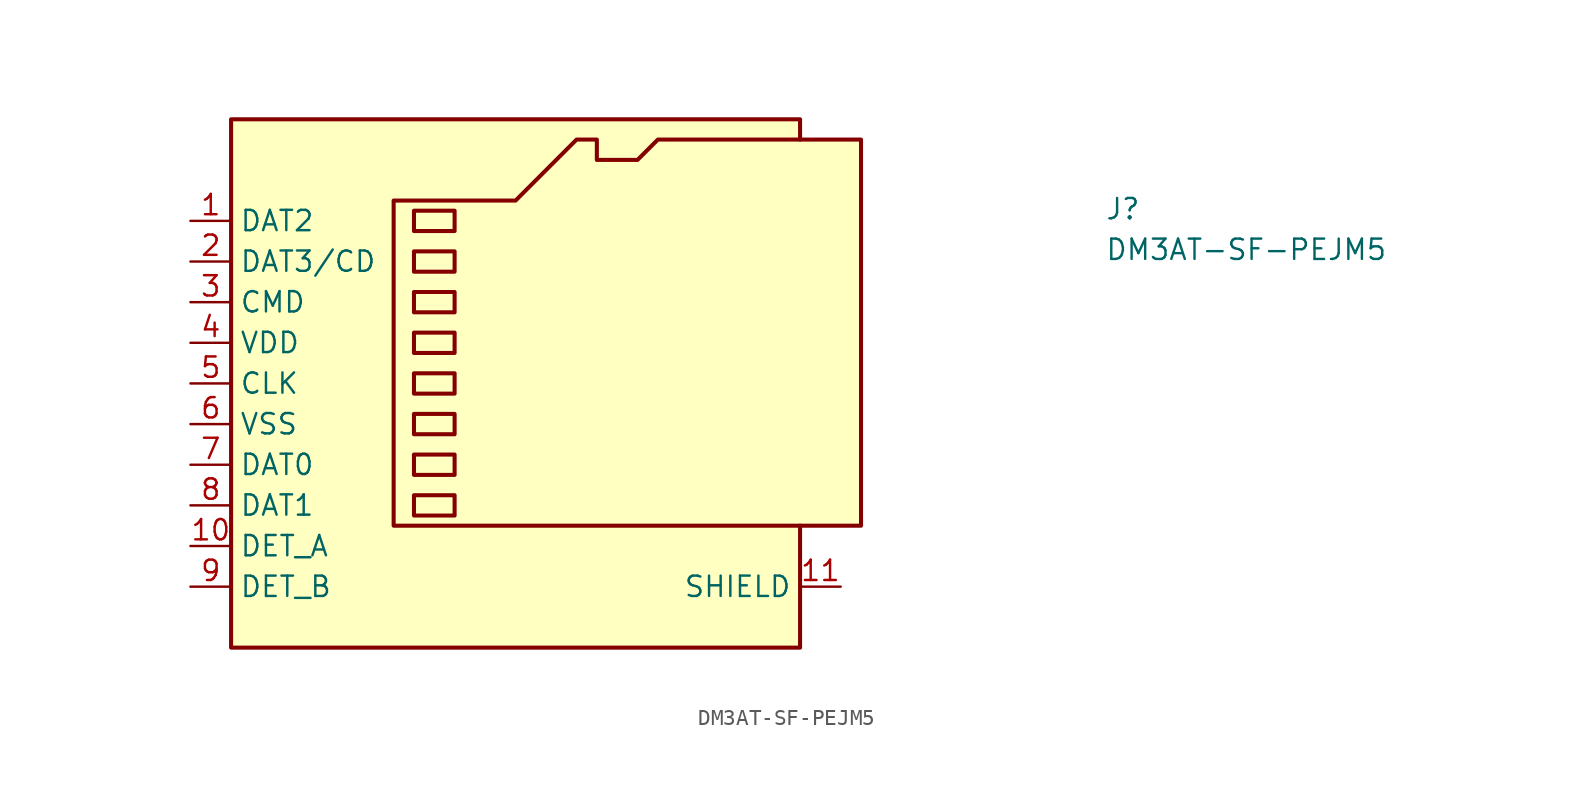
<source format=kicad_sym>
(kicad_symbol_lib
  (version 20211014)
  (generator kicad_symbol_editor)
  (symbol "DM3AT-SF-PEJM5"
    (property "Reference" "J"
      (at 57.15 0 0)
      (effects (font (size 1.27 1.27) (thickness 0.15)) (justify left bottom)))
    (property "Value" "DM3AT-SF-PEJM5"
      (at 57.15 -2.54 0)
      (effects (font (size 1.27 1.27) (thickness 0.15)) (justify left bottom)))
    (symbol "DM3AT-SF-PEJM5_1_1"
      (polyline (pts (xy 38.1 5.08) (xy 38.1 6.35) (xy 2.54 6.35) (xy 2.54 -26.67) (xy 38.1 -26.67) (xy 38.1 -19.05)) (stroke (width 0.254) (type default) (color 0 0 0 0)) (fill (type background)))
      (polyline (pts (xy 12.7 -19.05) (xy 12.7 1.27) (xy 20.32 1.27) (xy 24.13 5.08) (xy 25.4 5.08) (xy 25.4 3.81) (xy 27.94 3.81) (xy 29.21 5.08) (xy 41.91 5.08) (xy 41.91 -19.05) (xy 12.7 -19.05)) (stroke (width 0.254) (type default) (color 0 0 0 0)) (fill (type background)))
      (rectangle (start 13.97 -17.145) (end 16.51 -18.415) (stroke (width 0.254) (type default) (color 0 0 0 0)) (fill (type background)))
      (rectangle (start 13.97 -14.605) (end 16.51 -15.875) (stroke (width 0.254) (type default) (color 0 0 0 0)) (fill (type background)))
      (rectangle (start 13.97 -12.065) (end 16.51 -13.335) (stroke (width 0.254) (type default) (color 0 0 0 0)) (fill (type background)))
      (rectangle (start 13.97 -9.525) (end 16.51 -10.795) (stroke (width 0.254) (type default) (color 0 0 0 0)) (fill (type background)))
      (rectangle (start 13.97 -6.985) (end 16.51 -8.255) (stroke (width 0.254) (type default) (color 0 0 0 0)) (fill (type background)))
      (rectangle (start 13.97 -4.445) (end 16.51 -5.715) (stroke (width 0.254) (type default) (color 0 0 0 0)) (fill (type background)))
      (rectangle (start 13.97 -1.905) (end 16.51 -3.175) (stroke (width 0.254) (type default) (color 0 0 0 0)) (fill (type background)))
      (rectangle (start 13.97 0.635) (end 16.51 -0.635) (stroke (width 0.254) (type default) (color 0 0 0 0)) (fill (type background)))
      (pin bidirectional line (at 0 0 0) (length 2.54) (name "DAT2" (effects (font (size 1.27 1.27)))) (number "1" (effects (font (size 1.27 1.27)))))
      (pin passive line (at 0 -20.32 0) (length 2.54) (name "DET_A" (effects (font (size 1.27 1.27)))) (number "10" (effects (font (size 1.27 1.27)))))
      (pin passive line (at 40.64 -22.86 180) (length 2.54) (name "SHIELD" (effects (font (size 1.27 1.27)))) (number "11" (effects (font (size 1.27 1.27)))))
      (pin bidirectional line (at 0 -2.54 0) (length 2.54) (name "DAT3/CD" (effects (font (size 1.27 1.27)))) (number "2" (effects (font (size 1.27 1.27)))))
      (pin input line (at 0 -5.08 0) (length 2.54) (name "CMD" (effects (font (size 1.27 1.27)))) (number "3" (effects (font (size 1.27 1.27)))))
      (pin power_in line (at 0 -7.62 0) (length 2.54) (name "VDD" (effects (font (size 1.27 1.27)))) (number "4" (effects (font (size 1.27 1.27)))))
      (pin input line (at 0 -10.16 0) (length 2.54) (name "CLK" (effects (font (size 1.27 1.27)))) (number "5" (effects (font (size 1.27 1.27)))))
      (pin power_in line (at 0 -12.7 0) (length 2.54) (name "VSS" (effects (font (size 1.27 1.27)))) (number "6" (effects (font (size 1.27 1.27)))))
      (pin input line (at 0 -15.24 0) (length 2.54) (name "DAT0" (effects (font (size 1.27 1.27)))) (number "7" (effects (font (size 1.27 1.27)))))
      (pin input line (at 0 -17.78 0) (length 2.54) (name "DAT1" (effects (font (size 1.27 1.27)))) (number "8" (effects (font (size 1.27 1.27)))))
      (pin passive line (at 0 -22.86 0) (length 2.54) (name "DET_B" (effects (font (size 1.27 1.27)))) (number "9" (effects (font (size 1.27 1.27))))))))
</source>
